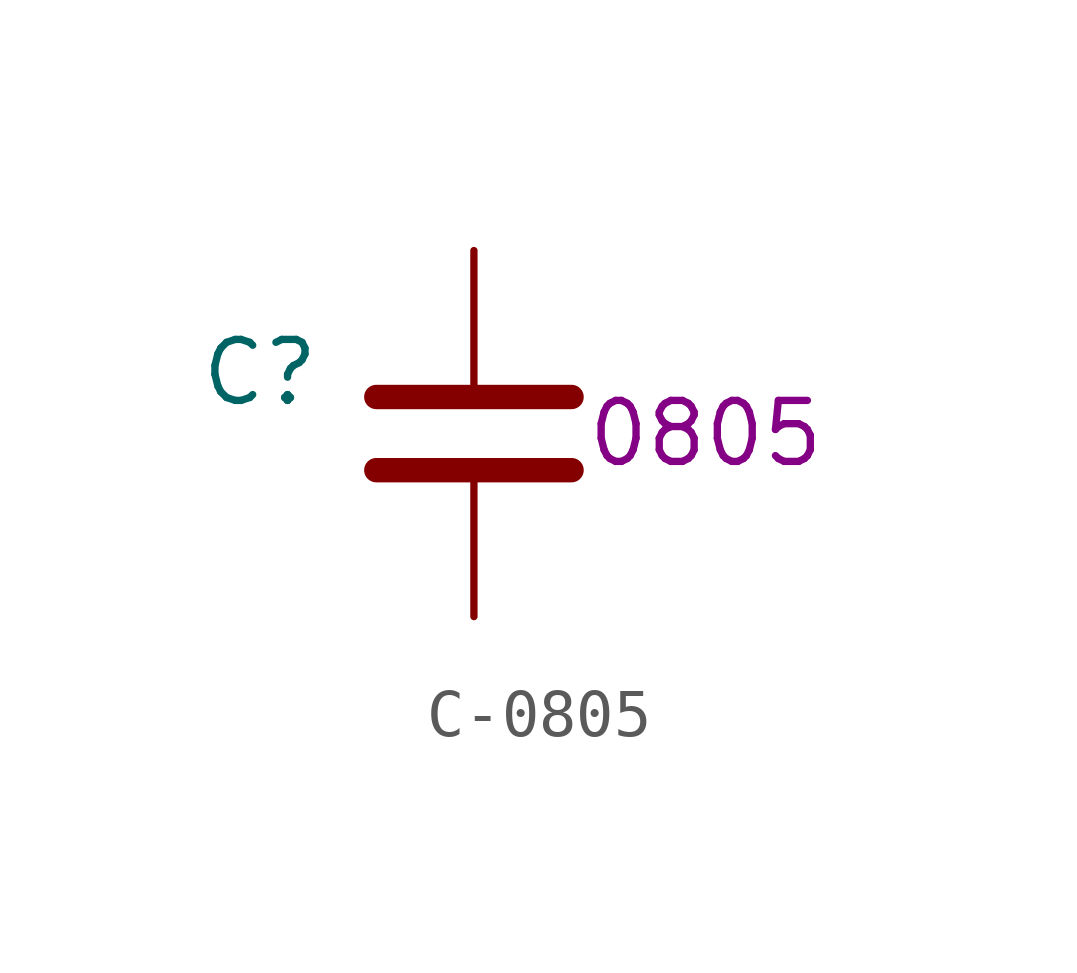
<source format=kicad_sym>
(kicad_symbol_lib
  (version 20231120)
  (generator "kicad_symbol_editor")
  (generator_version "8.0")
  (symbol "C-0805"
    (pin_numbers hide)
    (pin_names
      (offset 0.254))
    (property "Reference" "C"
      (at -3.175 1.27 0)
      (do_not_autoplace)
      (effects (font (size 1.27 1.27)) (justify right)))
    (property "Value" ""
      (at -3.175 -0.635 0)
      (do_not_autoplace)
      (effects (font (size 1.27 1.27)) (justify right)))
    (property "Package" "0805"
      (at 4.826 0 0)
      (effects (font (size 1.27 1.27))))
    (symbol "C-0805_0_1"
      (polyline (pts (xy -2.032 -0.762) (xy 2.032 -0.762)) (stroke (width 0.508) (type default)) (fill (type none)))
      (polyline (pts (xy -2.032 0.762) (xy 2.032 0.762)) (stroke (width 0.508) (type default)) (fill (type none))))
    (symbol "C-0805_1_1"
      (pin passive line (at 0 3.81 270) (length 2.794) (name "~" (effects (font (size 1.27 1.27)))) (number "1" (effects (font (size 1.27 1.27)))))
      (pin passive line (at 0 -3.81 90) (length 2.794) (name "~" (effects (font (size 1.27 1.27)))) (number "2" (effects (font (size 1.27 1.27))))))))
</source>
